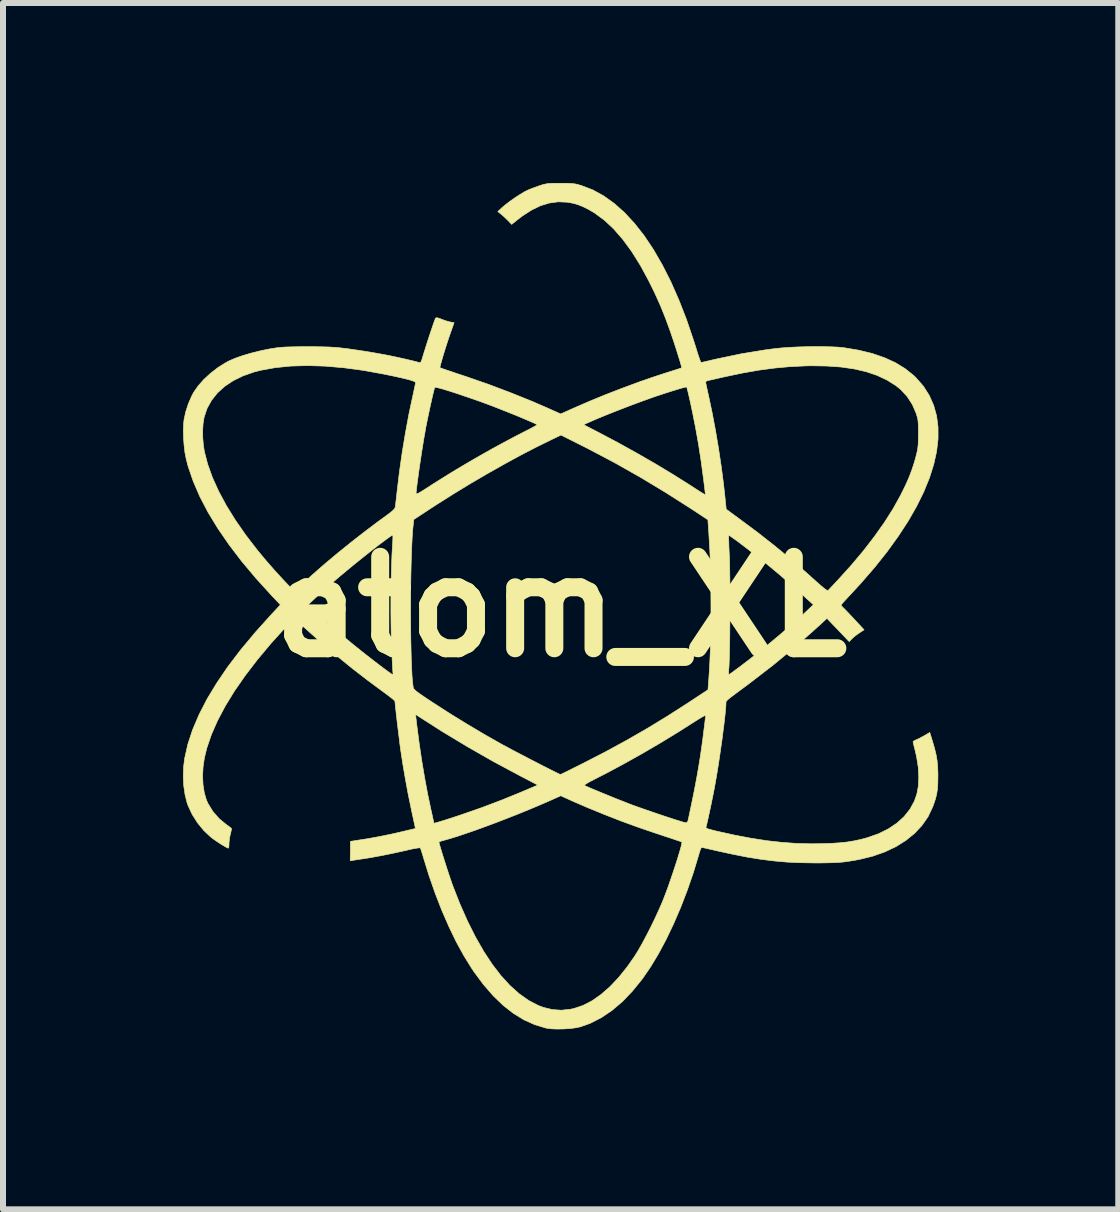
<source format=kicad_pcb>
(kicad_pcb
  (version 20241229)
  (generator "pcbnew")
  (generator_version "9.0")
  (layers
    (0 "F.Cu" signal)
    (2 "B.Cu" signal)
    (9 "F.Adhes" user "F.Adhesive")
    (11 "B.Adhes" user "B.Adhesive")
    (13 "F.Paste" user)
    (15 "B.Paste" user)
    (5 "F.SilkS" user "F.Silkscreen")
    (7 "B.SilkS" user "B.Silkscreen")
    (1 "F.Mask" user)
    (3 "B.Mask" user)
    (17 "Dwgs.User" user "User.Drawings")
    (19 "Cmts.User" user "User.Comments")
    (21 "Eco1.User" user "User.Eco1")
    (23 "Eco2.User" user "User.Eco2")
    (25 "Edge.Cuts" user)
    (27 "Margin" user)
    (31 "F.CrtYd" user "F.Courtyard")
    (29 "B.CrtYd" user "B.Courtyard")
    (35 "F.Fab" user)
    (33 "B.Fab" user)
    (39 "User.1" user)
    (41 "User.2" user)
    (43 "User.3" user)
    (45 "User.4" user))
  (footprint "atom_XL"
    (layer "F.Cu")
    (at 6.299 7.066)
    (property "Reference" "atom_XL" (at 0 0 0) (layer "F.SilkS") (effects (font (size 1.524 1.524) (thickness 0.3))))
    (attr through_hole)
    (fp_poly (pts (xy 0.085 0.703) (xy 0.134 0.735) (xy 0.168 0.78) (xy 0.176 0.803) (xy 0.175 0.858) (xy 0.154 0.912) (xy 0.118 0.954) (xy 0.101 0.966) (xy 0.042 0.986) (xy -0.012 0.98) (xy -0.051 0.961) (xy -0.095 0.92) (xy -0.116 0.871) (xy -0.118 0.818) (xy -0.101 0.768) (xy -0.067 0.726) (xy -0.019 0.699) (xy 0.028 0.691) (xy 0.085 0.703)) (stroke (width 0.01) (type solid)) (fill yes) (layer "F.Mask"))
    (fp_poly (pts (xy 0.063 -0.981) (xy 0.093 -0.969) (xy 0.138 -0.934) (xy 0.169 -0.883) (xy 0.179 -0.827) (xy 0.177 -0.805) (xy 0.152 -0.753) (xy 0.108 -0.713) (xy 0.052 -0.689) (xy -0.007 -0.687) (xy -0.009 -0.687) (xy -0.037 -0.701) (xy -0.071 -0.727) (xy -0.079 -0.735) (xy -0.112 -0.787) (xy -0.121 -0.844) (xy -0.107 -0.898) (xy -0.072 -0.944) (xy -0.018 -0.974) (xy -0.014 -0.975) (xy 0.029 -0.985) (xy 0.063 -0.981)) (stroke (width 0.01) (type solid)) (fill yes) (layer "F.Mask"))
    (fp_poly (pts (xy 5.635 0.602) (xy 5.762 0.632) (xy 5.883 0.687) (xy 5.994 0.768) (xy 6.035 0.808) (xy 6.122 0.914) (xy 6.182 1.027) (xy 6.216 1.149) (xy 6.227 1.285) (xy 6.227 1.285) (xy 6.213 1.416) (xy 6.174 1.541) (xy 6.111 1.657) (xy 6.029 1.76) (xy 5.93 1.845) (xy 5.816 1.909) (xy 5.79 1.919) (xy 5.712 1.941) (xy 5.617 1.954) (xy 5.519 1.958) (xy 5.426 1.952) (xy 5.364 1.94) (xy 5.235 1.89) (xy 5.121 1.816) (xy 5.024 1.722) (xy 4.945 1.608) (xy 4.899 1.507) (xy 4.866 1.38) (xy 4.86 1.251) (xy 4.878 1.124) (xy 4.92 1.003) (xy 4.983 0.891) (xy 5.067 0.792) (xy 5.171 0.71) (xy 5.24 0.67) (xy 5.371 0.62) (xy 5.503 0.598) (xy 5.635 0.602)) (stroke (width 0.01) (type solid)) (fill yes) (layer "F.Mask"))
    (fp_poly (pts (xy -1.539 -6.417) (xy -1.413 -6.393) (xy -1.295 -6.346) (xy -1.187 -6.278) (xy -1.093 -6.191) (xy -1.017 -6.087) (xy -0.96 -5.968) (xy -0.937 -5.887) (xy -0.921 -5.754) (xy -0.931 -5.624) (xy -0.965 -5.499) (xy -1.021 -5.383) (xy -1.097 -5.279) (xy -1.192 -5.192) (xy -1.302 -5.123) (xy -1.372 -5.094) (xy -1.466 -5.071) (xy -1.572 -5.059) (xy -1.676 -5.059) (xy -1.767 -5.073) (xy -1.767 -5.073) (xy -1.881 -5.112) (xy -1.982 -5.17) (xy -2.078 -5.252) (xy -2.089 -5.262) (xy -2.172 -5.359) (xy -2.231 -5.46) (xy -2.268 -5.569) (xy -2.284 -5.693) (xy -2.286 -5.747) (xy -2.275 -5.875) (xy -2.241 -5.991) (xy -2.183 -6.1) (xy -2.098 -6.205) (xy -2.006 -6.289) (xy -1.907 -6.35) (xy -1.801 -6.391) (xy -1.67 -6.417) (xy -1.539 -6.417)) (stroke (width 0.01) (type solid)) (fill yes) (layer "F.Mask"))
    (fp_poly (pts (xy -4.345 3.301) (xy -4.338 3.303) (xy -4.207 3.349) (xy -4.087 3.418) (xy -3.981 3.509) (xy -3.894 3.616) (xy -3.828 3.738) (xy -3.789 3.856) (xy -3.769 3.999) (xy -3.776 4.137) (xy -3.811 4.269) (xy -3.872 4.395) (xy -3.961 4.511) (xy -3.988 4.54) (xy -4.086 4.626) (xy -4.189 4.689) (xy -4.305 4.733) (xy -4.369 4.748) (xy -4.459 4.764) (xy -4.538 4.767) (xy -4.618 4.758) (xy -4.664 4.748) (xy -4.803 4.704) (xy -4.928 4.636) (xy -5.036 4.546) (xy -5.126 4.437) (xy -5.194 4.31) (xy -5.227 4.22) (xy -5.247 4.11) (xy -5.249 3.99) (xy -5.233 3.866) (xy -5.2 3.75) (xy -5.168 3.677) (xy -5.131 3.62) (xy -5.078 3.556) (xy -5.016 3.491) (xy -4.952 3.433) (xy -4.892 3.387) (xy -4.861 3.369) (xy -4.738 3.32) (xy -4.605 3.292) (xy -4.472 3.285) (xy -4.345 3.301)) (stroke (width 0.01) (type solid)) (fill yes) (layer "F.Mask"))
    (fp_poly (pts (xy 0.039 -1.965) (xy 0.09 -1.958) (xy 0.145 -1.941) (xy 0.159 -1.935) (xy 0.183 -1.918) (xy 0.226 -1.882) (xy 0.286 -1.827) (xy 0.365 -1.753) (xy 0.462 -1.659) (xy 0.578 -1.545) (xy 0.712 -1.412) (xy 0.804 -1.32) (xy 1.39 -0.734) (xy 0.777 -0.12) (xy 0.65 0.006) (xy 0.542 0.114) (xy 0.45 0.205) (xy 0.374 0.28) (xy 0.312 0.34) (xy 0.262 0.388) (xy 0.222 0.424) (xy 0.192 0.45) (xy 0.169 0.468) (xy 0.152 0.478) (xy 0.14 0.483) (xy 0.13 0.484) (xy 0.128 0.483) (xy 0.051 0.473) (xy -0.034 0.48) (xy -0.114 0.502) (xy -0.136 0.513) (xy -0.216 0.568) (xy -0.277 0.64) (xy -0.317 0.724) (xy -0.335 0.815) (xy -0.329 0.909) (xy -0.298 0.999) (xy -0.257 1.059) (xy -0.199 1.115) (xy -0.135 1.16) (xy -0.078 1.185) (xy 0.021 1.2) (xy 0.115 1.19) (xy 0.201 1.157) (xy 0.274 1.105) (xy 0.332 1.035) (xy 0.371 0.952) (xy 0.387 0.856) (xy 0.387 0.847) (xy 0.386 0.794) (xy 0.382 0.75) (xy 0.378 0.727) (xy 0.378 0.718) (xy 0.385 0.704) (xy 0.399 0.684) (xy 0.422 0.656) (xy 0.456 0.619) (xy 0.501 0.57) (xy 0.56 0.509) (xy 0.633 0.435) (xy 0.721 0.345) (xy 0.827 0.239) (xy 0.951 0.114) (xy 0.981 0.085) (xy 1.594 -0.529) (xy 1.758 -0.367) (xy 1.836 -0.287) (xy 1.896 -0.223) (xy 1.939 -0.169) (xy 1.967 -0.122) (xy 1.985 -0.079) (xy 1.993 -0.036) (xy 1.994 -0.002) (xy 1.989 0.063) (xy 1.973 0.118) (xy 1.969 0.127) (xy 1.955 0.145) (xy 1.923 0.181) (xy 1.874 0.234) (xy 1.81 0.301) (xy 1.734 0.38) (xy 1.646 0.47) (xy 1.548 0.57) (xy 1.444 0.676) (xy 1.333 0.788) (xy 1.218 0.904) (xy 1.101 1.022) (xy 0.983 1.14) (xy 0.867 1.256) (xy 0.754 1.368) (xy 0.646 1.476) (xy 0.544 1.576) (xy 0.451 1.668) (xy 0.368 1.749) (xy 0.296 1.817) (xy 0.239 1.871) (xy 0.198 1.909) (xy 0.173 1.93) (xy 0.169 1.932) (xy 0.099 1.958) (xy 0.023 1.968) (xy -0.037 1.962) (xy -0.08 1.947) (xy -0.125 1.924) (xy -0.129 1.922) (xy -0.148 1.907) (xy -0.184 1.873) (xy -0.236 1.823) (xy -0.303 1.759) (xy -0.382 1.683) (xy -0.47 1.596) (xy -0.567 1.5) (xy -0.671 1.397) (xy -0.755 1.313) (xy -1.333 0.734) (xy -0.72 0.121) (xy -0.106 -0.492) (xy -0.039 -0.477) (xy 0.051 -0.469) (xy 0.141 -0.488) (xy 0.225 -0.53) (xy 0.298 -0.593) (xy 0.345 -0.656) (xy 0.368 -0.696) (xy 0.381 -0.731) (xy 0.387 -0.773) (xy 0.388 -0.831) (xy 0.381 -0.922) (xy 0.357 -0.995) (xy 0.315 -1.059) (xy 0.28 -1.096) (xy 0.201 -1.155) (xy 0.113 -1.188) (xy 0.022 -1.198) (xy -0.068 -1.185) (xy -0.153 -1.149) (xy -0.228 -1.092) (xy -0.289 -1.015) (xy -0.3 -0.995) (xy -0.319 -0.94) (xy -0.33 -0.869) (xy -0.331 -0.797) (xy -0.322 -0.734) (xy -0.322 -0.733) (xy -0.321 -0.725) (xy -0.324 -0.714) (xy -0.332 -0.698) (xy -0.347 -0.678) (xy -0.37 -0.65) (xy -0.402 -0.614) (xy -0.446 -0.568) (xy -0.502 -0.51) (xy -0.571 -0.439) (xy -0.656 -0.354) (xy -0.758 -0.252) (xy -0.877 -0.132) (xy -0.925 -0.084) (xy -1.538 0.529) (xy -1.708 0.36) (xy -1.771 0.295) (xy -1.827 0.234) (xy -1.871 0.181) (xy -1.9 0.142) (xy -1.907 0.13) (xy -1.932 0.047) (xy -1.933 -0.041) (xy -1.91 -0.124) (xy -1.907 -0.13) (xy -1.893 -0.149) (xy -1.865 -0.183) (xy -1.82 -0.232) (xy -1.76 -0.297) (xy -1.682 -0.378) (xy -1.588 -0.475) (xy -1.475 -0.589) (xy -1.344 -0.722) (xy -1.193 -0.873) (xy -1.024 -1.043) (xy -1.006 -1.06) (xy -0.851 -1.215) (xy -0.714 -1.351) (xy -0.595 -1.47) (xy -0.491 -1.572) (xy -0.402 -1.659) (xy -0.327 -1.733) (xy -0.262 -1.793) (xy -0.209 -1.842) (xy -0.164 -1.881) (xy -0.126 -1.911) (xy -0.095 -1.933) (xy -0.069 -1.948) (xy -0.046 -1.957) (xy -0.025 -1.963) (xy -0.005 -1.965) (xy 0.016 -1.965) (xy 0.039 -1.965)) (stroke (width 0.01) (type solid)) (fill yes) (layer "F.Mask"))
    (fp_poly (pts (xy 0.081 -7.061) (xy 0.148 -7.059) (xy 0.201 -7.055) (xy 0.246 -7.049) (xy 0.289 -7.038) (xy 0.34 -7.024) (xy 0.345 -7.022) (xy 0.531 -6.951) (xy 0.713 -6.851) (xy 0.889 -6.725) (xy 1.061 -6.572) (xy 1.227 -6.393) (xy 1.388 -6.188) (xy 1.542 -5.958) (xy 1.69 -5.702) (xy 1.832 -5.422) (xy 1.966 -5.118) (xy 2.094 -4.79) (xy 2.213 -4.439) (xy 2.256 -4.304) (xy 2.279 -4.228) (xy 2.301 -4.163) (xy 2.319 -4.112) (xy 2.332 -4.081) (xy 2.338 -4.073) (xy 2.355 -4.077) (xy 2.395 -4.086) (xy 2.453 -4.099) (xy 2.524 -4.116) (xy 2.599 -4.133) (xy 3.009 -4.219) (xy 3.407 -4.284) (xy 3.574 -4.306) (xy 3.685 -4.317) (xy 3.814 -4.326) (xy 3.953 -4.333) (xy 4.097 -4.337) (xy 4.241 -4.339) (xy 4.38 -4.338) (xy 4.508 -4.335) (xy 4.618 -4.33) (xy 4.707 -4.321) (xy 4.713 -4.321) (xy 4.963 -4.279) (xy 5.19 -4.224) (xy 5.393 -4.154) (xy 5.575 -4.071) (xy 5.737 -3.972) (xy 5.88 -3.858) (xy 5.921 -3.818) (xy 6.044 -3.677) (xy 6.141 -3.524) (xy 6.214 -3.359) (xy 6.263 -3.183) (xy 6.287 -2.996) (xy 6.287 -2.798) (xy 6.263 -2.591) (xy 6.215 -2.375) (xy 6.144 -2.151) (xy 6.049 -1.918) (xy 5.931 -1.678) (xy 5.79 -1.432) (xy 5.625 -1.179) (xy 5.439 -0.921) (xy 5.229 -0.657) (xy 4.997 -0.39) (xy 4.835 -0.214) (xy 4.781 -0.156) (xy 4.734 -0.105) (xy 4.698 -0.065) (xy 4.676 -0.038) (xy 4.671 -0.03) (xy 4.68 -0.015) (xy 4.704 0.012) (xy 4.722 0.029) (xy 4.75 0.057) (xy 4.792 0.101) (xy 4.843 0.155) (xy 4.898 0.213) (xy 4.913 0.23) (xy 5.054 0.382) (xy 4.972 0.436) (xy 4.922 0.471) (xy 4.876 0.508) (xy 4.848 0.535) (xy 4.806 0.579) (xy 4.621 0.385) (xy 4.435 0.191) (xy 4.274 0.34) (xy 3.919 0.656) (xy 3.537 0.971) (xy 3.128 1.286) (xy 3.104 1.304) (xy 3.005 1.377) (xy 2.927 1.435) (xy 2.867 1.48) (xy 2.822 1.514) (xy 2.79 1.54) (xy 2.77 1.559) (xy 2.758 1.573) (xy 2.753 1.585) (xy 2.751 1.595) (xy 2.752 1.608) (xy 2.752 1.613) (xy 2.749 1.664) (xy 2.743 1.739) (xy 2.733 1.835) (xy 2.72 1.947) (xy 2.704 2.072) (xy 2.687 2.206) (xy 2.667 2.345) (xy 2.647 2.486) (xy 2.626 2.624) (xy 2.605 2.756) (xy 2.584 2.878) (xy 2.574 2.935) (xy 2.558 3.023) (xy 2.539 3.121) (xy 2.518 3.224) (xy 2.497 3.326) (xy 2.476 3.424) (xy 2.457 3.513) (xy 2.44 3.587) (xy 2.427 3.643) (xy 2.419 3.671) (xy 2.42 3.682) (xy 2.433 3.692) (xy 2.461 3.703) (xy 2.509 3.716) (xy 2.58 3.734) (xy 2.592 3.737) (xy 2.89 3.803) (xy 3.168 3.856) (xy 3.431 3.897) (xy 3.683 3.925) (xy 3.929 3.943) (xy 4.174 3.949) (xy 4.335 3.947) (xy 4.499 3.942) (xy 4.641 3.933) (xy 4.768 3.92) (xy 4.884 3.901) (xy 4.997 3.877) (xy 5.109 3.847) (xy 5.294 3.782) (xy 5.458 3.701) (xy 5.601 3.605) (xy 5.722 3.495) (xy 5.82 3.371) (xy 5.894 3.235) (xy 5.934 3.119) (xy 5.959 2.986) (xy 5.966 2.836) (xy 5.957 2.673) (xy 5.93 2.502) (xy 5.905 2.391) (xy 5.89 2.333) (xy 5.878 2.285) (xy 5.872 2.255) (xy 5.87 2.247) (xy 5.882 2.236) (xy 5.912 2.22) (xy 5.933 2.211) (xy 5.98 2.189) (xy 6.036 2.159) (xy 6.072 2.139) (xy 6.149 2.093) (xy 6.193 2.235) (xy 6.229 2.359) (xy 6.255 2.467) (xy 6.272 2.567) (xy 6.281 2.669) (xy 6.285 2.782) (xy 6.285 2.829) (xy 6.283 2.943) (xy 6.277 3.037) (xy 6.264 3.12) (xy 6.244 3.201) (xy 6.214 3.29) (xy 6.195 3.341) (xy 6.12 3.498) (xy 6.019 3.643) (xy 5.896 3.775) (xy 5.75 3.893) (xy 5.584 3.997) (xy 5.398 4.085) (xy 5.195 4.156) (xy 4.995 4.205) (xy 4.899 4.224) (xy 4.812 4.238) (xy 4.731 4.25) (xy 4.648 4.258) (xy 4.559 4.263) (xy 4.458 4.266) (xy 4.339 4.268) (xy 4.212 4.268) (xy 3.986 4.264) (xy 3.768 4.254) (xy 3.555 4.235) (xy 3.338 4.208) (xy 3.113 4.172) (xy 2.874 4.125) (xy 2.646 4.076) (xy 2.563 4.057) (xy 2.489 4.04) (xy 2.427 4.026) (xy 2.383 4.016) (xy 2.363 4.011) (xy 2.348 4.012) (xy 2.336 4.022) (xy 2.324 4.049) (xy 2.309 4.095) (xy 2.301 4.123) (xy 2.21 4.425) (xy 2.108 4.721) (xy 1.997 5.009) (xy 1.879 5.283) (xy 1.755 5.543) (xy 1.626 5.784) (xy 1.494 6.003) (xy 1.361 6.197) (xy 1.36 6.198) (xy 1.196 6.401) (xy 1.028 6.577) (xy 0.854 6.725) (xy 0.675 6.846) (xy 0.492 6.94) (xy 0.325 7) (xy 0.248 7.016) (xy 0.154 7.028) (xy 0.05 7.035) (xy -0.054 7.037) (xy -0.15 7.034) (xy -0.229 7.024) (xy -0.247 7.021) (xy -0.435 6.964) (xy -0.616 6.883) (xy -0.792 6.775) (xy -0.962 6.642) (xy -1.128 6.482) (xy -1.29 6.295) (xy -1.449 6.081) (xy -1.491 6.018) (xy -1.619 5.811) (xy -1.746 5.579) (xy -1.868 5.326) (xy -1.985 5.057) (xy -2.095 4.774) (xy -2.197 4.482) (xy -2.287 4.191) (xy -2.306 4.127) (xy -2.323 4.072) (xy -2.336 4.034) (xy -2.344 4.017) (xy -2.36 4.016) (xy -2.399 4.021) (xy -2.456 4.031) (xy -2.524 4.045) (xy -2.563 4.055) (xy -2.766 4.1) (xy -2.97 4.142) (xy -3.165 4.178) (xy -3.288 4.198) (xy -3.354 4.207) (xy -3.412 4.216) (xy -3.456 4.223) (xy -3.474 4.226) (xy -3.511 4.232) (xy -3.509 4.071) (xy -3.507 3.921) (xy -2.032 3.921) (xy -2.028 3.942) (xy -2.016 3.985) (xy -1.998 4.046) (xy -1.975 4.121) (xy -1.949 4.205) (xy -1.921 4.293) (xy -1.892 4.383) (xy -1.864 4.468) (xy -1.838 4.545) (xy -1.816 4.609) (xy -1.807 4.635) (xy -1.685 4.947) (xy -1.557 5.236) (xy -1.424 5.501) (xy -1.287 5.741) (xy -1.145 5.957) (xy -0.999 6.147) (xy -0.849 6.311) (xy -0.696 6.448) (xy -0.54 6.559) (xy -0.382 6.642) (xy -0.296 6.675) (xy -0.145 6.712) (xy 0.006 6.723) (xy 0.16 6.707) (xy 0.219 6.694) (xy 0.368 6.644) (xy 0.518 6.567) (xy 0.668 6.462) (xy 0.817 6.332) (xy 0.964 6.177) (xy 1.108 5.997) (xy 1.231 5.821) (xy 1.29 5.726) (xy 1.356 5.61) (xy 1.425 5.48) (xy 1.497 5.34) (xy 1.566 5.198) (xy 1.63 5.059) (xy 1.687 4.929) (xy 1.717 4.854) (xy 1.751 4.765) (xy 1.788 4.666) (xy 1.824 4.561) (xy 1.861 4.454) (xy 1.896 4.348) (xy 1.929 4.247) (xy 1.958 4.153) (xy 1.983 4.07) (xy 2.002 4.002) (xy 2.014 3.953) (xy 2.018 3.924) (xy 2.017 3.919) (xy 2.003 3.914) (xy 1.965 3.9) (xy 1.906 3.881) (xy 1.831 3.855) (xy 1.741 3.826) (xy 1.64 3.792) (xy 1.573 3.77) (xy 1.294 3.675) (xy 1.009 3.571) (xy 0.727 3.461) (xy 0.455 3.35) (xy 0.221 3.249) (xy -0.002 3.148) (xy -0.209 3.241) (xy -0.367 3.309) (xy -0.536 3.38) (xy -0.712 3.452) (xy -0.893 3.523) (xy -1.074 3.593) (xy -1.251 3.659) (xy -1.421 3.721) (xy -1.581 3.776) (xy -1.726 3.825) (xy -1.854 3.864) (xy -1.959 3.894) (xy -1.969 3.896) (xy -2.006 3.907) (xy -2.029 3.918) (xy -2.032 3.921) (xy -3.507 3.921) (xy -3.507 3.909) (xy -3.464 3.902) (xy -3.428 3.896) (xy -3.376 3.888) (xy -3.323 3.88) (xy -3.208 3.862) (xy -3.076 3.838) (xy -2.933 3.81) (xy -2.79 3.78) (xy -2.656 3.749) (xy -2.634 3.744) (xy -2.424 3.694) (xy -2.432 3.657) (xy -2.437 3.632) (xy -2.448 3.584) (xy -2.462 3.519) (xy -2.479 3.441) (xy -2.497 3.356) (xy -2.497 3.355) (xy -2.545 3.123) (xy -2.591 2.873) (xy -2.635 2.617) (xy -2.666 2.413) (xy -2.674 2.357) (xy -2.684 2.284) (xy -2.694 2.198) (xy -2.706 2.103) (xy -2.718 2.005) (xy -2.73 1.906) (xy -2.741 1.813) (xy -2.743 1.792) (xy -2.422 1.792) (xy -2.404 1.951) (xy -2.365 2.251) (xy -2.321 2.553) (xy -2.271 2.849) (xy -2.218 3.132) (xy -2.166 3.378) (xy -2.149 3.453) (xy -2.135 3.518) (xy -2.124 3.568) (xy -2.118 3.598) (xy -2.117 3.605) (xy -2.104 3.604) (xy -2.067 3.594) (xy -2.007 3.577) (xy -1.929 3.553) (xy -1.833 3.522) (xy -1.723 3.486) (xy -1.652 3.462) (xy -1.318 3.346) (xy -0.978 3.217) (xy -0.655 3.085) (xy -0.398 2.976) (xy 0.394 2.976) (xy 0.396 2.978) (xy 0.42 2.989) (xy 0.466 3.009) (xy 0.531 3.037) (xy 0.608 3.069) (xy 0.695 3.105) (xy 0.788 3.143) (xy 0.881 3.181) (xy 0.971 3.217) (xy 1.053 3.249) (xy 1.124 3.277) (xy 1.139 3.283) (xy 1.214 3.311) (xy 1.303 3.343) (xy 1.401 3.377) (xy 1.505 3.413) (xy 1.61 3.449) (xy 1.713 3.484) (xy 1.811 3.516) (xy 1.899 3.545) (xy 1.975 3.568) (xy 2.033 3.586) (xy 2.071 3.596) (xy 2.083 3.598) (xy 2.103 3.593) (xy 2.116 3.573) (xy 2.127 3.532) (xy 2.127 3.531) (xy 2.172 3.315) (xy 2.212 3.122) (xy 2.246 2.947) (xy 2.276 2.785) (xy 2.302 2.632) (xy 2.326 2.483) (xy 2.348 2.332) (xy 2.369 2.176) (xy 2.377 2.11) (xy 2.388 2.023) (xy 2.398 1.945) (xy 2.405 1.881) (xy 2.411 1.835) (xy 2.413 1.812) (xy 2.413 1.811) (xy 2.402 1.812) (xy 2.371 1.826) (xy 2.326 1.852) (xy 2.268 1.888) (xy 2.233 1.91) (xy 1.95 2.09) (xy 1.653 2.271) (xy 1.35 2.448) (xy 1.048 2.617) (xy 0.753 2.775) (xy 0.551 2.878) (xy 0.476 2.917) (xy 0.426 2.946) (xy 0.399 2.965) (xy 0.394 2.976) (xy -0.398 2.976) (xy -0.384 2.97) (xy -0.668 2.822) (xy -1.122 2.579) (xy -1.558 2.33) (xy -1.986 2.072) (xy -2.386 1.816) (xy -2.422 1.792) (xy -2.743 1.792) (xy -2.75 1.728) (xy -2.758 1.658) (xy -2.763 1.605) (xy -2.766 1.575) (xy -2.766 1.572) (xy -2.777 1.559) (xy -2.807 1.532) (xy -2.853 1.496) (xy -2.911 1.452) (xy -2.967 1.411) (xy -3.228 1.218) (xy -3.49 1.015) (xy -3.745 0.807) (xy -3.987 0.602) (xy -4.139 0.467) (xy -4.204 0.408) (xy -4.267 0.352) (xy -4.323 0.302) (xy -4.366 0.264) (xy -4.385 0.247) (xy -4.449 0.191) (xy -4.575 0.325) (xy -4.829 0.605) (xy -5.058 0.879) (xy -5.262 1.145) (xy -5.441 1.403) (xy -5.595 1.654) (xy -5.723 1.896) (xy -5.826 2.13) (xy -5.902 2.354) (xy -5.942 2.517) (xy -5.964 2.666) (xy -5.972 2.816) (xy -5.965 2.962) (xy -5.944 3.098) (xy -5.909 3.217) (xy -5.883 3.276) (xy -5.8 3.411) (xy -5.696 3.53) (xy -5.576 3.629) (xy -5.564 3.637) (xy -5.525 3.665) (xy -5.498 3.687) (xy -5.489 3.698) (xy -5.493 3.717) (xy -5.501 3.755) (xy -5.51 3.791) (xy -5.523 3.852) (xy -5.53 3.917) (xy -5.532 3.947) (xy -5.533 3.989) (xy -5.538 4.016) (xy -5.542 4.022) (xy -5.564 4.014) (xy -5.602 3.993) (xy -5.653 3.963) (xy -5.709 3.927) (xy -5.765 3.889) (xy -5.816 3.852) (xy -5.839 3.834) (xy -5.952 3.727) (xy -6.056 3.6) (xy -6.145 3.46) (xy -6.213 3.314) (xy -6.23 3.267) (xy -6.264 3.133) (xy -6.286 2.983) (xy -6.294 2.823) (xy -6.288 2.661) (xy -6.271 2.525) (xy -6.218 2.29) (xy -6.138 2.047) (xy -6.031 1.796) (xy -5.898 1.537) (xy -5.737 1.271) (xy -5.55 0.996) (xy -5.335 0.714) (xy -5.093 0.424) (xy -4.846 0.149) (xy -4.678 -0.032) (xy -4.218 -0.032) (xy -4.039 0.13) (xy -3.91 0.246) (xy -3.791 0.351) (xy -3.674 0.451) (xy -3.551 0.554) (xy -3.414 0.666) (xy -3.401 0.676) (xy -3.319 0.742) (xy -3.234 0.809) (xy -3.149 0.875) (xy -3.067 0.938) (xy -2.991 0.996) (xy -2.924 1.046) (xy -2.868 1.087) (xy -2.828 1.115) (xy -2.806 1.128) (xy -2.803 1.129) (xy -2.797 1.117) (xy -2.799 1.097) (xy -2.801 1.076) (xy -2.804 1.029) (xy -2.808 0.963) (xy -2.812 0.878) (xy -2.817 0.781) (xy -2.821 0.674) (xy -2.823 0.621) (xy -2.828 0.457) (xy -2.831 0.275) (xy -2.833 0.082) (xy -2.833 0.026) (xy -2.505 0.026) (xy -2.505 0.214) (xy -2.503 0.397) (xy -2.501 0.573) (xy -2.497 0.74) (xy -2.493 0.893) (xy -2.487 1.031) (xy -2.481 1.151) (xy -2.473 1.249) (xy -2.464 1.323) (xy -2.46 1.346) (xy -2.455 1.36) (xy -2.442 1.377) (xy -2.419 1.398) (xy -2.384 1.426) (xy -2.333 1.462) (xy -2.264 1.509) (xy -2.175 1.568) (xy -2.147 1.587) (xy -1.865 1.769) (xy -1.568 1.952) (xy -1.265 2.132) (xy -1.03 2.265) (xy -0.972 2.298) (xy -0.898 2.337) (xy -0.813 2.383) (xy -0.719 2.432) (xy -0.619 2.484) (xy -0.518 2.537) (xy -0.417 2.589) (xy -0.321 2.639) (xy -0.232 2.684) (xy -0.153 2.724) (xy -0.088 2.756) (xy -0.04 2.78) (xy -0.012 2.792) (xy -0.007 2.794) (xy 0.007 2.788) (xy 0.043 2.771) (xy 0.098 2.744) (xy 0.169 2.709) (xy 0.252 2.667) (xy 0.345 2.621) (xy 0.378 2.604) (xy 0.749 2.413) (xy 1.101 2.221) (xy 1.442 2.025) (xy 1.781 1.818) (xy 2.126 1.597) (xy 2.133 1.592) (xy 2.452 1.382) (xy 2.461 1.273) (xy 2.473 1.098) (xy 2.474 1.081) (xy 2.796 1.081) (xy 2.796 1.115) (xy 2.8 1.129) (xy 2.8 1.129) (xy 2.814 1.121) (xy 2.846 1.099) (xy 2.893 1.065) (xy 2.949 1.023) (xy 2.982 0.999) (xy 3.153 0.868) (xy 3.329 0.729) (xy 3.505 0.586) (xy 3.676 0.443) (xy 3.837 0.305) (xy 3.983 0.175) (xy 4.084 0.082) (xy 4.209 -0.036) (xy 4.006 -0.22) (xy 3.821 -0.385) (xy 3.648 -0.535) (xy 3.478 -0.677) (xy 3.304 -0.818) (xy 3.117 -0.962) (xy 3.014 -1.041) (xy 2.948 -1.091) (xy 2.889 -1.133) (xy 2.843 -1.166) (xy 2.811 -1.187) (xy 2.798 -1.194) (xy 2.798 -1.194) (xy 2.797 -1.179) (xy 2.797 -1.139) (xy 2.799 -1.079) (xy 2.801 -1.003) (xy 2.805 -0.913) (xy 2.809 -0.835) (xy 2.812 -0.754) (xy 2.814 -0.652) (xy 2.816 -0.532) (xy 2.818 -0.398) (xy 2.818 -0.253) (xy 2.819 -0.101) (xy 2.818 0.056) (xy 2.818 0.212) (xy 2.816 0.366) (xy 2.815 0.513) (xy 2.812 0.65) (xy 2.81 0.773) (xy 2.807 0.879) (xy 2.804 0.964) (xy 2.8 1.026) (xy 2.799 1.034) (xy 2.796 1.081) (xy 2.474 1.081) (xy 2.483 0.92) (xy 2.491 0.732) (xy 2.497 0.533) (xy 2.5 0.315) (xy 2.502 0.076) (xy 2.502 -0.014) (xy 2.501 -0.203) (xy 2.5 -0.37) (xy 2.498 -0.521) (xy 2.494 -0.663) (xy 2.489 -0.802) (xy 2.483 -0.944) (xy 2.474 -1.096) (xy 2.464 -1.264) (xy 2.46 -1.315) (xy 2.451 -1.452) (xy 2.175 -1.634) (xy 1.748 -1.906) (xy 1.325 -2.161) (xy 0.897 -2.403) (xy 0.452 -2.638) (xy 0.287 -2.721) (xy 0.002 -2.864) (xy -0.165 -2.784) (xy -0.409 -2.664) (xy -0.67 -2.529) (xy -0.943 -2.38) (xy -1.223 -2.222) (xy -1.505 -2.057) (xy -1.784 -1.887) (xy -2.055 -1.716) (xy -2.189 -1.629) (xy -2.452 -1.456) (xy -2.46 -1.38) (xy -2.47 -1.283) (xy -2.478 -1.165) (xy -2.485 -1.028) (xy -2.491 -0.875) (xy -2.496 -0.709) (xy -2.5 -0.533) (xy -2.503 -0.35) (xy -2.504 -0.163) (xy -2.505 0.026) (xy -2.833 0.026) (xy -2.833 -0.117) (xy -2.831 -0.316) (xy -2.827 -0.509) (xy -2.822 -0.691) (xy -2.816 -0.856) (xy -2.809 -0.987) (xy -2.804 -1.06) (xy -2.801 -1.122) (xy -2.8 -1.169) (xy -2.801 -1.194) (xy -2.801 -1.197) (xy -2.815 -1.192) (xy -2.848 -1.171) (xy -2.898 -1.135) (xy -2.963 -1.087) (xy -3.04 -1.029) (xy -3.126 -0.962) (xy -3.219 -0.889) (xy -3.317 -0.811) (xy -3.418 -0.73) (xy -3.518 -0.648) (xy -3.577 -0.599) (xy -3.685 -0.509) (xy -3.778 -0.43) (xy -3.86 -0.359) (xy -3.94 -0.288) (xy -4.022 -0.213) (xy -4.114 -0.129) (xy -4.116 -0.127) (xy -4.218 -0.032) (xy -4.678 -0.032) (xy -4.675 -0.035) (xy -4.815 -0.183) (xy -5.078 -0.472) (xy -5.317 -0.756) (xy -5.53 -1.035) (xy -5.719 -1.31) (xy -5.882 -1.578) (xy -6.019 -1.841) (xy -6.129 -2.096) (xy -6.214 -2.345) (xy -6.246 -2.469) (xy -6.267 -2.577) (xy -6.281 -2.698) (xy -6.29 -2.825) (xy -6.292 -2.939) (xy -5.971 -2.939) (xy -5.969 -2.813) (xy -5.958 -2.688) (xy -5.942 -2.587) (xy -5.887 -2.377) (xy -5.808 -2.156) (xy -5.704 -1.927) (xy -5.577 -1.69) (xy -5.426 -1.447) (xy -5.254 -1.199) (xy -5.061 -0.948) (xy -4.918 -0.776) (xy -4.851 -0.699) (xy -4.782 -0.62) (xy -4.712 -0.543) (xy -4.645 -0.47) (xy -4.583 -0.404) (xy -4.529 -0.348) (xy -4.486 -0.305) (xy -4.457 -0.277) (xy -4.443 -0.268) (xy -4.428 -0.277) (xy -4.398 -0.302) (xy -4.356 -0.339) (xy -4.313 -0.378) (xy -4.133 -0.543) (xy -3.933 -0.718) (xy -3.719 -0.897) (xy -3.496 -1.077) (xy -3.269 -1.254) (xy -3.044 -1.424) (xy -2.964 -1.481) (xy -2.891 -1.535) (xy -2.838 -1.575) (xy -2.801 -1.606) (xy -2.778 -1.63) (xy -2.766 -1.649) (xy -2.76 -1.668) (xy -2.76 -1.669) (xy -2.756 -1.699) (xy -2.75 -1.751) (xy -2.742 -1.818) (xy -2.734 -1.889) (xy -2.413 -1.889) (xy -2.407 -1.883) (xy -2.389 -1.888) (xy -2.356 -1.905) (xy -2.305 -1.936) (xy -2.234 -1.981) (xy -2.212 -1.995) (xy -2.136 -2.045) (xy -2.043 -2.103) (xy -1.941 -2.167) (xy -1.838 -2.231) (xy -1.741 -2.29) (xy -1.736 -2.293) (xy -1.544 -2.407) (xy -1.343 -2.523) (xy -1.141 -2.637) (xy -0.944 -2.744) (xy -0.758 -2.843) (xy -0.639 -2.904) (xy -0.563 -2.943) (xy -0.497 -2.977) (xy -0.445 -3.005) (xy -0.41 -3.025) (xy -0.395 -3.035) (xy -0.395 -3.036) (xy -0.398 -3.037) (xy 0.379 -3.037) (xy 0.644 -2.9) (xy 0.957 -2.734) (xy 1.269 -2.561) (xy 1.573 -2.386) (xy 1.865 -2.21) (xy 2.137 -2.039) (xy 2.194 -2.002) (xy 2.262 -1.958) (xy 2.321 -1.92) (xy 2.368 -1.891) (xy 2.398 -1.873) (xy 2.408 -1.867) (xy 2.407 -1.882) (xy 2.404 -1.919) (xy 2.397 -1.977) (xy 2.388 -2.049) (xy 2.378 -2.133) (xy 2.376 -2.145) (xy 2.337 -2.436) (xy 2.294 -2.713) (xy 2.245 -2.988) (xy 2.221 -3.109) (xy 2.201 -3.21) (xy 2.18 -3.31) (xy 2.16 -3.405) (xy 2.141 -3.49) (xy 2.124 -3.563) (xy 2.11 -3.62) (xy 2.1 -3.655) (xy 2.096 -3.666) (xy 2.081 -3.664) (xy 2.043 -3.655) (xy 1.987 -3.639) (xy 1.917 -3.618) (xy 1.836 -3.593) (xy 1.751 -3.566) (xy 1.663 -3.537) (xy 1.578 -3.509) (xy 1.51 -3.485) (xy 1.324 -3.418) (xy 1.136 -3.348) (xy 0.95 -3.276) (xy 0.773 -3.206) (xy 0.61 -3.139) (xy 0.467 -3.077) (xy 0.44 -3.065) (xy 0.379 -3.037) (xy -0.398 -3.037) (xy -0.408 -3.044) (xy -0.443 -3.062) (xy -0.498 -3.086) (xy -0.57 -3.117) (xy -0.654 -3.153) (xy -0.748 -3.192) (xy -0.848 -3.232) (xy -0.951 -3.273) (xy -1.054 -3.314) (xy -1.152 -3.352) (xy -1.222 -3.378) (xy -1.335 -3.42) (xy -1.452 -3.461) (xy -1.568 -3.501) (xy -1.68 -3.539) (xy -1.785 -3.574) (xy -1.88 -3.604) (xy -1.962 -3.629) (xy -2.028 -3.647) (xy -2.075 -3.658) (xy -2.099 -3.661) (xy -2.101 -3.66) (xy -2.108 -3.643) (xy -2.118 -3.603) (xy -2.133 -3.543) (xy -2.15 -3.469) (xy -2.169 -3.384) (xy -2.189 -3.293) (xy -2.209 -3.199) (xy -2.228 -3.108) (xy -2.245 -3.023) (xy -2.25 -2.999) (xy -2.265 -2.912) (xy -2.283 -2.812) (xy -2.301 -2.701) (xy -2.32 -2.583) (xy -2.338 -2.463) (xy -2.356 -2.344) (xy -2.372 -2.23) (xy -2.386 -2.126) (xy -2.398 -2.036) (xy -2.407 -1.962) (xy -2.412 -1.91) (xy -2.413 -1.889) (xy -2.734 -1.889) (xy -2.734 -1.894) (xy -2.73 -1.926) (xy -2.692 -2.244) (xy -2.645 -2.574) (xy -2.59 -2.905) (xy -2.53 -3.228) (xy -2.481 -3.457) (xy -2.463 -3.54) (xy -2.447 -3.615) (xy -2.434 -3.675) (xy -2.425 -3.718) (xy -2.422 -3.738) (xy -2.422 -3.738) (xy -2.43 -3.75) (xy -2.457 -3.763) (xy -2.505 -3.779) (xy -2.575 -3.798) (xy -2.668 -3.82) (xy -2.786 -3.846) (xy -2.93 -3.876) (xy -2.949 -3.88) (xy -3.291 -3.942) (xy -3.618 -3.986) (xy -3.93 -4.013) (xy -4.225 -4.022) (xy -4.502 -4.014) (xy -4.76 -3.988) (xy -4.998 -3.945) (xy -5.115 -3.915) (xy -5.298 -3.851) (xy -5.461 -3.771) (xy -5.604 -3.676) (xy -5.725 -3.566) (xy -5.823 -3.443) (xy -5.898 -3.307) (xy -5.947 -3.16) (xy -5.948 -3.154) (xy -5.964 -3.055) (xy -5.971 -2.939) (xy -6.292 -2.939) (xy -6.292 -2.948) (xy -6.288 -3.06) (xy -6.28 -3.129) (xy -6.252 -3.255) (xy -6.209 -3.387) (xy -6.155 -3.511) (xy -6.121 -3.576) (xy -6.047 -3.682) (xy -5.952 -3.79) (xy -5.84 -3.893) (xy -5.718 -3.988) (xy -5.591 -4.068) (xy -5.538 -4.097) (xy -5.432 -4.143) (xy -5.305 -4.188) (xy -5.162 -4.23) (xy -5.01 -4.268) (xy -4.855 -4.3) (xy -4.727 -4.32) (xy -4.662 -4.327) (xy -4.574 -4.332) (xy -4.468 -4.335) (xy -4.351 -4.337) (xy -4.227 -4.338) (xy -4.101 -4.337) (xy -3.98 -4.335) (xy -3.868 -4.332) (xy -3.772 -4.326) (xy -3.697 -4.32) (xy -3.554 -4.303) (xy -3.395 -4.28) (xy -3.229 -4.255) (xy -3.067 -4.227) (xy -2.919 -4.2) (xy -2.872 -4.191) (xy -2.782 -4.172) (xy -2.689 -4.152) (xy -2.599 -4.132) (xy -2.515 -4.112) (xy -2.444 -4.095) (xy -2.39 -4.081) (xy -2.357 -4.072) (xy -2.355 -4.071) (xy -2.342 -4.073) (xy -2.329 -4.091) (xy -2.314 -4.129) (xy -2.301 -4.173) (xy -2.282 -4.236) (xy -2.258 -4.312) (xy -2.232 -4.395) (xy -2.204 -4.481) (xy -2.176 -4.566) (xy -2.149 -4.645) (xy -2.126 -4.714) (xy -2.107 -4.767) (xy -2.094 -4.801) (xy -2.09 -4.81) (xy -2.079 -4.819) (xy -2.059 -4.819) (xy -2.023 -4.808) (xy -1.984 -4.793) (xy -1.928 -4.772) (xy -1.873 -4.756) (xy -1.836 -4.747) (xy -1.78 -4.738) (xy -1.84 -4.567) (xy -1.865 -4.496) (xy -1.891 -4.417) (xy -1.918 -4.334) (xy -1.944 -4.25) (xy -1.968 -4.171) (xy -1.988 -4.101) (xy -2.004 -4.044) (xy -2.014 -4.005) (xy -2.016 -3.988) (xy -2.016 -3.987) (xy -2.002 -3.982) (xy -1.964 -3.968) (xy -1.906 -3.948) (xy -1.83 -3.923) (xy -1.741 -3.892) (xy -1.64 -3.859) (xy -1.566 -3.834) (xy -1.2 -3.707) (xy -0.835 -3.569) (xy -0.48 -3.426) (xy -0.231 -3.318) (xy -0.003 -3.216) (xy 0.207 -3.31) (xy 0.46 -3.42) (xy 0.729 -3.531) (xy 1.005 -3.638) (xy 1.28 -3.74) (xy 1.305 -3.749) (xy 2.413 -3.749) (xy 2.416 -3.731) (xy 2.424 -3.69) (xy 2.437 -3.631) (xy 2.453 -3.558) (xy 2.469 -3.486) (xy 2.525 -3.219) (xy 2.579 -2.932) (xy 2.629 -2.634) (xy 2.674 -2.335) (xy 2.712 -2.043) (xy 2.732 -1.862) (xy 2.756 -1.628) (xy 2.99 -1.456) (xy 3.284 -1.237) (xy 3.557 -1.023) (xy 3.817 -0.809) (xy 4.069 -0.591) (xy 4.198 -0.475) (xy 4.281 -0.401) (xy 4.345 -0.345) (xy 4.393 -0.306) (xy 4.426 -0.282) (xy 4.446 -0.272) (xy 4.454 -0.273) (xy 4.469 -0.289) (xy 4.499 -0.321) (xy 4.541 -0.366) (xy 4.591 -0.419) (xy 4.621 -0.451) (xy 4.838 -0.691) (xy 5.04 -0.931) (xy 5.225 -1.171) (xy 5.391 -1.405) (xy 5.536 -1.633) (xy 5.657 -1.85) (xy 5.668 -1.871) (xy 5.743 -2.023) (xy 5.804 -2.161) (xy 5.853 -2.29) (xy 5.895 -2.42) (xy 5.916 -2.496) (xy 5.933 -2.562) (xy 5.945 -2.617) (xy 5.952 -2.669) (xy 5.957 -2.725) (xy 5.959 -2.794) (xy 5.96 -2.883) (xy 5.96 -2.886) (xy 5.96 -2.973) (xy 5.958 -3.039) (xy 5.955 -3.09) (xy 5.949 -3.131) (xy 5.939 -3.171) (xy 5.926 -3.215) (xy 5.923 -3.225) (xy 5.859 -3.373) (xy 5.772 -3.507) (xy 5.665 -3.623) (xy 5.582 -3.69) (xy 5.434 -3.782) (xy 5.271 -3.859) (xy 5.09 -3.92) (xy 4.891 -3.966) (xy 4.672 -3.998) (xy 4.431 -4.015) (xy 4.167 -4.019) (xy 4.079 -4.017) (xy 3.825 -4.005) (xy 3.572 -3.982) (xy 3.313 -3.948) (xy 3.043 -3.901) (xy 2.755 -3.841) (xy 2.709 -3.831) (xy 2.631 -3.813) (xy 2.561 -3.797) (xy 2.503 -3.784) (xy 2.463 -3.775) (xy 2.452 -3.773) (xy 2.424 -3.762) (xy 2.413 -3.749) (xy 1.305 -3.749) (xy 1.546 -3.833) (xy 1.757 -3.902) (xy 1.836 -3.927) (xy 1.906 -3.949) (xy 1.962 -3.967) (xy 1.999 -3.979) (xy 2.014 -3.985) (xy 2.014 -3.985) (xy 2.012 -4) (xy 2.002 -4.037) (xy 1.986 -4.093) (xy 1.964 -4.164) (xy 1.939 -4.245) (xy 1.911 -4.333) (xy 1.882 -4.423) (xy 1.852 -4.511) (xy 1.828 -4.582) (xy 1.746 -4.807) (xy 1.66 -5.021) (xy 1.564 -5.234) (xy 1.465 -5.435) (xy 1.325 -5.693) (xy 1.181 -5.923) (xy 1.033 -6.125) (xy 0.881 -6.3) (xy 0.725 -6.446) (xy 0.565 -6.564) (xy 0.462 -6.625) (xy 0.367 -6.672) (xy 0.284 -6.705) (xy 0.204 -6.728) (xy 0.116 -6.744) (xy 0.1 -6.746) (xy -0.046 -6.752) (xy -0.193 -6.732) (xy -0.34 -6.687) (xy -0.49 -6.614) (xy -0.643 -6.515) (xy -0.724 -6.453) (xy -0.82 -6.376) (xy -0.879 -6.438) (xy -0.923 -6.481) (xy -0.971 -6.525) (xy -0.995 -6.545) (xy -1.051 -6.59) (xy -0.974 -6.661) (xy -0.914 -6.711) (xy -0.84 -6.767) (xy -0.759 -6.824) (xy -0.678 -6.876) (xy -0.605 -6.92) (xy -0.55 -6.947) (xy -0.499 -6.968) (xy -0.433 -6.993) (xy -0.366 -7.017) (xy -0.353 -7.021) (xy -0.305 -7.037) (xy -0.264 -7.047) (xy -0.223 -7.055) (xy -0.176 -7.059) (xy -0.116 -7.061) (xy -0.036 -7.061) (xy -0.007 -7.061) (xy 0.081 -7.061)) (stroke (width 0.01) (type solid)) (fill yes) (layer "F.SilkS")))
  (gr_rect
    (start -3 -3)
    (end 15.59 17.108)
    (stroke (width 0.1) (type default))
    (fill no)
    (layer "Edge.Cuts")))
</source>
